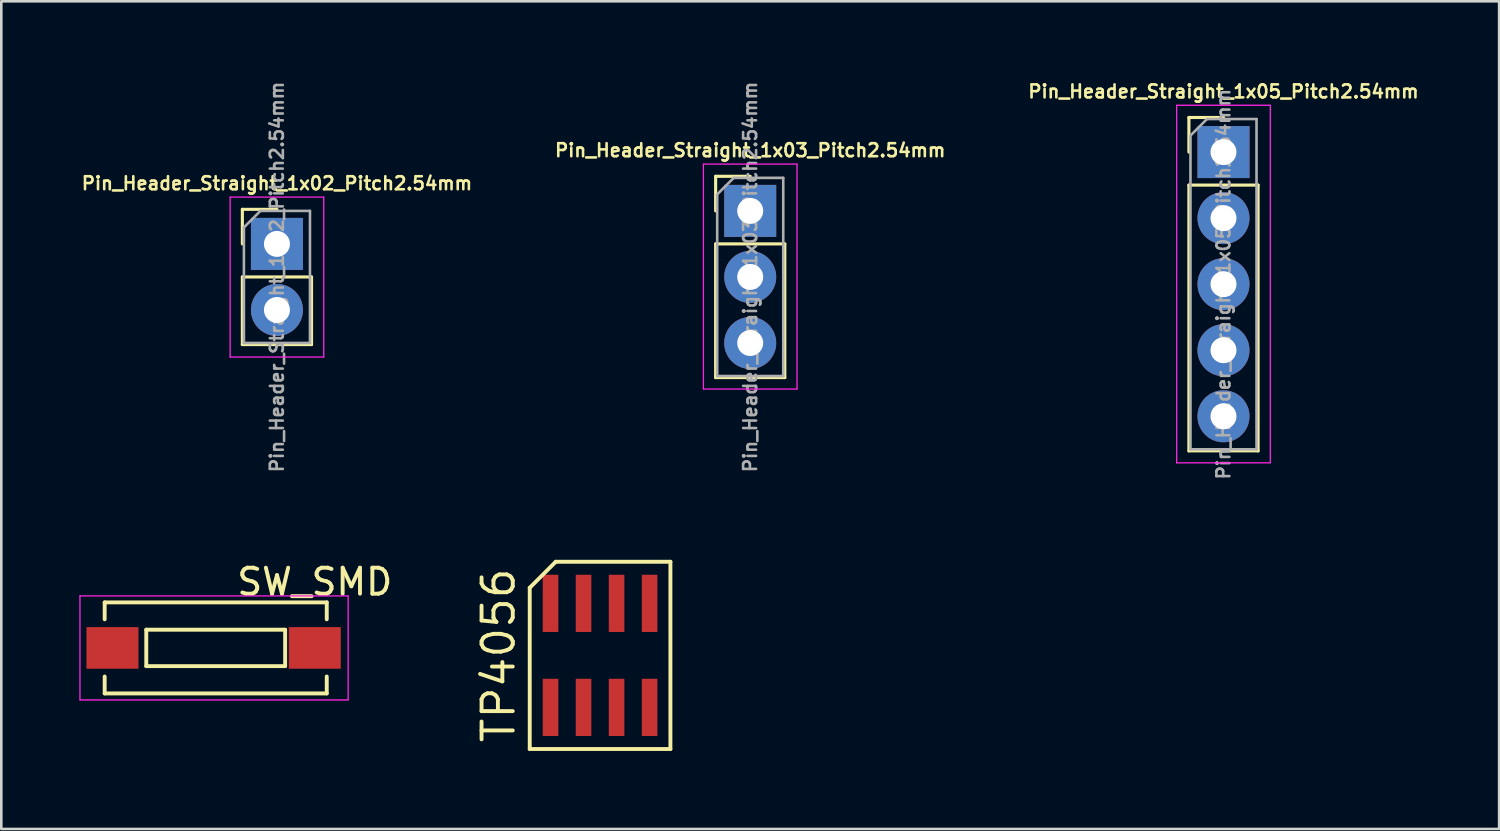
<source format=kicad_pcb>
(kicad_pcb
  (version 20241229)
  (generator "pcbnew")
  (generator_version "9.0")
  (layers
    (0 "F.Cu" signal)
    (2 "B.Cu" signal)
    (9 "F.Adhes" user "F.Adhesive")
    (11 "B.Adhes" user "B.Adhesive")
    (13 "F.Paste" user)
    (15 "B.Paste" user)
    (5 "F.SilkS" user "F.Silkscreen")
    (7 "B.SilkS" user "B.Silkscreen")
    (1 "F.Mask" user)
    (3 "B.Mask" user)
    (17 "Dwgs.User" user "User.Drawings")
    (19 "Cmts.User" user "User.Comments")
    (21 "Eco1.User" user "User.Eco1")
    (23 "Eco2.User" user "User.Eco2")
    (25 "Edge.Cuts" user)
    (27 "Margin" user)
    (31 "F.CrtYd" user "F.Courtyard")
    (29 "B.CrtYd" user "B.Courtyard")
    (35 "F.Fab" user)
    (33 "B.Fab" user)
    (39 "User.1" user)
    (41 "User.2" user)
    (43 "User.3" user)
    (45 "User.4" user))
  (footprint "TP4056"
    (layer "F.Cu")
    (at 20.026 22.153)
    (property "Reference" "TP4056" (at -3.905 0 90) (layer "F.SilkS") (effects (font (size 1.2 1.2) (thickness 0.15))))
    (attr through_hole)
    (fp_line (start -2.705 -2.6) (end -2.705 3.6) (stroke (width 0.15) (type solid)) (layer "F.SilkS"))
    (fp_line (start -2.705 3.6) (end 2.705 3.6) (stroke (width 0.15) (type solid)) (layer "F.SilkS"))
    (fp_line (start -1.705 -3.6) (end -2.705 -2.6) (stroke (width 0.15) (type solid)) (layer "F.SilkS"))
    (fp_line (start 2.705 -3.6) (end -1.705 -3.6) (stroke (width 0.15) (type solid)) (layer "F.SilkS"))
    (fp_line (start 2.705 3.6) (end 2.705 -3.6) (stroke (width 0.15) (type solid)) (layer "F.SilkS"))
    (pad "1" smd rect (at -1.905 2) (size 0.6 2.2) (layers "F.Cu" "F.Mask" "F.Paste"))
    (pad "2" smd rect (at -0.635 2) (size 0.6 2.2) (layers "F.Cu" "F.Mask" "F.Paste"))
    (pad "3" smd rect (at 0.635 2) (size 0.6 2.2) (layers "F.Cu" "F.Mask" "F.Paste"))
    (pad "4" smd rect (at 1.905 2) (size 0.6 2.2) (layers "F.Cu" "F.Mask" "F.Paste"))
    (pad "5" smd rect (at 1.905 -2) (size 0.6 2.2) (layers "F.Cu" "F.Mask" "F.Paste"))
    (pad "6" smd rect (at 0.635 -2) (size 0.6 2.2) (layers "F.Cu" "F.Mask" "F.Paste"))
    (pad "7" smd rect (at -0.635 -2) (size 0.6 2.2) (layers "F.Cu" "F.Mask" "F.Paste"))
    (pad "8" smd rect (at -1.905 -2) (size 0.6 2.2) (layers "F.Cu" "F.Mask" "F.Paste")))
  (footprint "Pin_Header_Straight_1x03_Pitch2.54mm"
    (layer "F.Cu")
    (at 25.8 5.06)
    (property "Reference" "Pin_Header_Straight_1x03_Pitch2.54mm" (at 0 -2.33 0) (layer "F.SilkS") (effects (font (size 0.5 0.5) (thickness 0.1))))
    (attr through_hole)
    (fp_line (start -1.33 -1.33) (end 0 -1.33) (stroke (width 0.12) (type solid)) (layer "F.SilkS"))
    (fp_line (start -1.33 0) (end -1.33 -1.33) (stroke (width 0.12) (type solid)) (layer "F.SilkS"))
    (fp_line (start -1.33 1.27) (end -1.33 6.41) (stroke (width 0.12) (type solid)) (layer "F.SilkS"))
    (fp_line (start -1.33 1.27) (end 1.33 1.27) (stroke (width 0.12) (type solid)) (layer "F.SilkS"))
    (fp_line (start -1.33 6.41) (end 1.33 6.41) (stroke (width 0.12) (type solid)) (layer "F.SilkS"))
    (fp_line (start 1.33 1.27) (end 1.33 6.41) (stroke (width 0.12) (type solid)) (layer "F.SilkS"))
    (fp_line (start -1.8 -1.8) (end -1.8 6.85) (stroke (width 0.05) (type solid)) (layer "F.CrtYd"))
    (fp_line (start -1.8 6.85) (end 1.8 6.85) (stroke (width 0.05) (type solid)) (layer "F.CrtYd"))
    (fp_line (start 1.8 -1.8) (end -1.8 -1.8) (stroke (width 0.05) (type solid)) (layer "F.CrtYd"))
    (fp_line (start 1.8 6.85) (end 1.8 -1.8) (stroke (width 0.05) (type solid)) (layer "F.CrtYd"))
    (fp_line (start -1.27 -0.635) (end -0.635 -1.27) (stroke (width 0.1) (type solid)) (layer "F.Fab"))
    (fp_line (start -1.27 6.35) (end -1.27 -0.635) (stroke (width 0.1) (type solid)) (layer "F.Fab"))
    (fp_line (start -0.635 -1.27) (end 1.27 -1.27) (stroke (width 0.1) (type solid)) (layer "F.Fab"))
    (fp_line (start 1.27 -1.27) (end 1.27 6.35) (stroke (width 0.1) (type solid)) (layer "F.Fab"))
    (fp_line (start 1.27 6.35) (end -1.27 6.35) (stroke (width 0.1) (type solid)) (layer "F.Fab"))
    (fp_text user "${REFERENCE}" (at 0 2.54 90) (layer "F.Fab") (effects (font (size 0.5 0.5) (thickness 0.1))))
    (pad "1" thru_hole rect (at 0 0) (size 2 2) (drill 1) (layers "*.Cu" "*.Mask"))
    (pad "2" thru_hole oval (at 0 2.54) (size 2 2) (drill 1) (layers "*.Cu" "*.Mask"))
    (pad "3" thru_hole oval (at 0 5.08) (size 2 2) (drill 1) (layers "*.Cu" "*.Mask")))
  (footprint "Pin_Header_Straight_1x05_Pitch2.54mm"
    (layer "F.Cu")
    (at 44 2.798)
    (property "Reference" "Pin_Header_Straight_1x05_Pitch2.54mm" (at 0 -2.33 0) (layer "F.SilkS") (effects (font (size 0.5 0.5) (thickness 0.1))))
    (attr through_hole)
    (fp_line (start -1.33 -1.33) (end 0 -1.33) (stroke (width 0.12) (type solid)) (layer "F.SilkS"))
    (fp_line (start -1.33 0) (end -1.33 -1.33) (stroke (width 0.12) (type solid)) (layer "F.SilkS"))
    (fp_line (start -1.33 1.27) (end -1.33 11.49) (stroke (width 0.12) (type solid)) (layer "F.SilkS"))
    (fp_line (start -1.33 1.27) (end 1.33 1.27) (stroke (width 0.12) (type solid)) (layer "F.SilkS"))
    (fp_line (start -1.33 11.49) (end 1.33 11.49) (stroke (width 0.12) (type solid)) (layer "F.SilkS"))
    (fp_line (start 1.33 1.27) (end 1.33 11.49) (stroke (width 0.12) (type solid)) (layer "F.SilkS"))
    (fp_line (start -1.8 -1.8) (end -1.8 11.95) (stroke (width 0.05) (type solid)) (layer "F.CrtYd"))
    (fp_line (start -1.8 11.95) (end 1.8 11.95) (stroke (width 0.05) (type solid)) (layer "F.CrtYd"))
    (fp_line (start 1.8 -1.8) (end -1.8 -1.8) (stroke (width 0.05) (type solid)) (layer "F.CrtYd"))
    (fp_line (start 1.8 11.95) (end 1.8 -1.8) (stroke (width 0.05) (type solid)) (layer "F.CrtYd"))
    (fp_line (start -1.27 -0.635) (end -0.635 -1.27) (stroke (width 0.1) (type solid)) (layer "F.Fab"))
    (fp_line (start -1.27 11.43) (end -1.27 -0.635) (stroke (width 0.1) (type solid)) (layer "F.Fab"))
    (fp_line (start -0.635 -1.27) (end 1.27 -1.27) (stroke (width 0.1) (type solid)) (layer "F.Fab"))
    (fp_line (start 1.27 -1.27) (end 1.27 11.43) (stroke (width 0.1) (type solid)) (layer "F.Fab"))
    (fp_line (start 1.27 11.43) (end -1.27 11.43) (stroke (width 0.1) (type solid)) (layer "F.Fab"))
    (fp_text user "${REFERENCE}" (at 0 5.08 90) (layer "F.Fab") (effects (font (size 0.5 0.5) (thickness 0.1))))
    (pad "1" thru_hole rect (at 0 0) (size 2 2) (drill 1) (layers "*.Cu" "*.Mask"))
    (pad "2" thru_hole oval (at 0 2.54) (size 2 2) (drill 1) (layers "*.Cu" "*.Mask"))
    (pad "3" thru_hole oval (at 0 5.08) (size 2 2) (drill 1) (layers "*.Cu" "*.Mask"))
    (pad "4" thru_hole oval (at 0 7.62) (size 2 2) (drill 1) (layers "*.Cu" "*.Mask"))
    (pad "5" thru_hole oval (at 0 10.16) (size 2 2) (drill 1) (layers "*.Cu" "*.Mask")))
  (footprint "Pin_Header_Straight_1x02_Pitch2.54mm"
    (layer "F.Cu")
    (at 7.6 6.33)
    (property "Reference" "Pin_Header_Straight_1x02_Pitch2.54mm" (at 0 -2.33 0) (layer "F.SilkS") (effects (font (size 0.5 0.5) (thickness 0.1))))
    (attr through_hole)
    (fp_line (start -1.33 -1.33) (end 0 -1.33) (stroke (width 0.12) (type solid)) (layer "F.SilkS"))
    (fp_line (start -1.33 0) (end -1.33 -1.33) (stroke (width 0.12) (type solid)) (layer "F.SilkS"))
    (fp_line (start -1.33 1.27) (end -1.33 3.87) (stroke (width 0.12) (type solid)) (layer "F.SilkS"))
    (fp_line (start -1.33 1.27) (end 1.33 1.27) (stroke (width 0.12) (type solid)) (layer "F.SilkS"))
    (fp_line (start -1.33 3.87) (end 1.33 3.87) (stroke (width 0.12) (type solid)) (layer "F.SilkS"))
    (fp_line (start 1.33 1.27) (end 1.33 3.87) (stroke (width 0.12) (type solid)) (layer "F.SilkS"))
    (fp_line (start -1.8 -1.8) (end -1.8 4.35) (stroke (width 0.05) (type solid)) (layer "F.CrtYd"))
    (fp_line (start -1.8 4.35) (end 1.8 4.35) (stroke (width 0.05) (type solid)) (layer "F.CrtYd"))
    (fp_line (start 1.8 -1.8) (end -1.8 -1.8) (stroke (width 0.05) (type solid)) (layer "F.CrtYd"))
    (fp_line (start 1.8 4.35) (end 1.8 -1.8) (stroke (width 0.05) (type solid)) (layer "F.CrtYd"))
    (fp_line (start -1.27 -0.635) (end -0.635 -1.27) (stroke (width 0.1) (type solid)) (layer "F.Fab"))
    (fp_line (start -1.27 3.81) (end -1.27 -0.635) (stroke (width 0.1) (type solid)) (layer "F.Fab"))
    (fp_line (start -0.635 -1.27) (end 1.27 -1.27) (stroke (width 0.1) (type solid)) (layer "F.Fab"))
    (fp_line (start 1.27 -1.27) (end 1.27 3.81) (stroke (width 0.1) (type solid)) (layer "F.Fab"))
    (fp_line (start 1.27 3.81) (end -1.27 3.81) (stroke (width 0.1) (type solid)) (layer "F.Fab"))
    (fp_text user "${REFERENCE}" (at 0 1.27 90) (layer "F.Fab") (effects (font (size 0.5 0.5) (thickness 0.1))))
    (pad "1" thru_hole rect (at 0 0) (size 2 2) (drill 1) (layers "*.Cu" "*.Mask"))
    (pad "2" thru_hole oval (at 0 2.54) (size 2 2) (drill 1) (layers "*.Cu" "*.Mask")))
  (footprint "SW_SMD"
    (layer "F.Cu")
    (at 3.975 21.866)
    (property "Reference" "SW_SMD" (at 5.08 -2.54 0) (layer "F.SilkS") (effects (font (size 1 1) (thickness 0.15))))
    (attr smd)
    (fp_line (start -3 -1.75) (end -3 -1.1) (stroke (width 0.15) (type solid)) (layer "F.SilkS"))
    (fp_line (start -3 1.1) (end -3 1.75) (stroke (width 0.15) (type solid)) (layer "F.SilkS"))
    (fp_line (start -3 1.75) (end 5.54 1.75) (stroke (width 0.15) (type solid)) (layer "F.SilkS"))
    (fp_line (start -1.4 -0.7) (end 3.94 -0.7) (stroke (width 0.15) (type solid)) (layer "F.SilkS"))
    (fp_line (start -1.4 0.7) (end -1.4 -0.7) (stroke (width 0.15) (type solid)) (layer "F.SilkS"))
    (fp_line (start 3.94 -0.7) (end 3.94 0.7) (stroke (width 0.15) (type solid)) (layer "F.SilkS"))
    (fp_line (start 3.94 0.7) (end -1.4 0.7) (stroke (width 0.15) (type solid)) (layer "F.SilkS"))
    (fp_line (start 5.54 -1.75) (end -3 -1.75) (stroke (width 0.15) (type solid)) (layer "F.SilkS"))
    (fp_line (start 5.54 -1.75) (end 5.54 -1.1) (stroke (width 0.15) (type solid)) (layer "F.SilkS"))
    (fp_line (start 5.54 1.75) (end 5.54 1.1) (stroke (width 0.15) (type solid)) (layer "F.SilkS"))
    (fp_line (start -3.95 -2) (end 6.363 -2) (stroke (width 0.05) (type solid)) (layer "F.CrtYd"))
    (fp_line (start -3.95 2) (end -3.95 -2) (stroke (width 0.05) (type solid)) (layer "F.CrtYd"))
    (fp_line (start 6.363 -2) (end 6.363 2) (stroke (width 0.05) (type solid)) (layer "F.CrtYd"))
    (fp_line (start 6.363 2) (end -3.95 2) (stroke (width 0.05) (type solid)) (layer "F.CrtYd"))
    (pad "1" smd rect (at -2.7 0) (size 2 1.6) (layers "F.Cu" "F.Mask" "F.Paste"))
    (pad "2" smd rect (at 5.08 0) (size 2 1.6) (layers "F.Cu" "F.Mask" "F.Paste")))
  (gr_rect
    (start -3 -3)
    (end 54.6 28.828)
    (stroke (width 0.1) (type default))
    (fill no)
    (layer "Edge.Cuts")))
</source>
